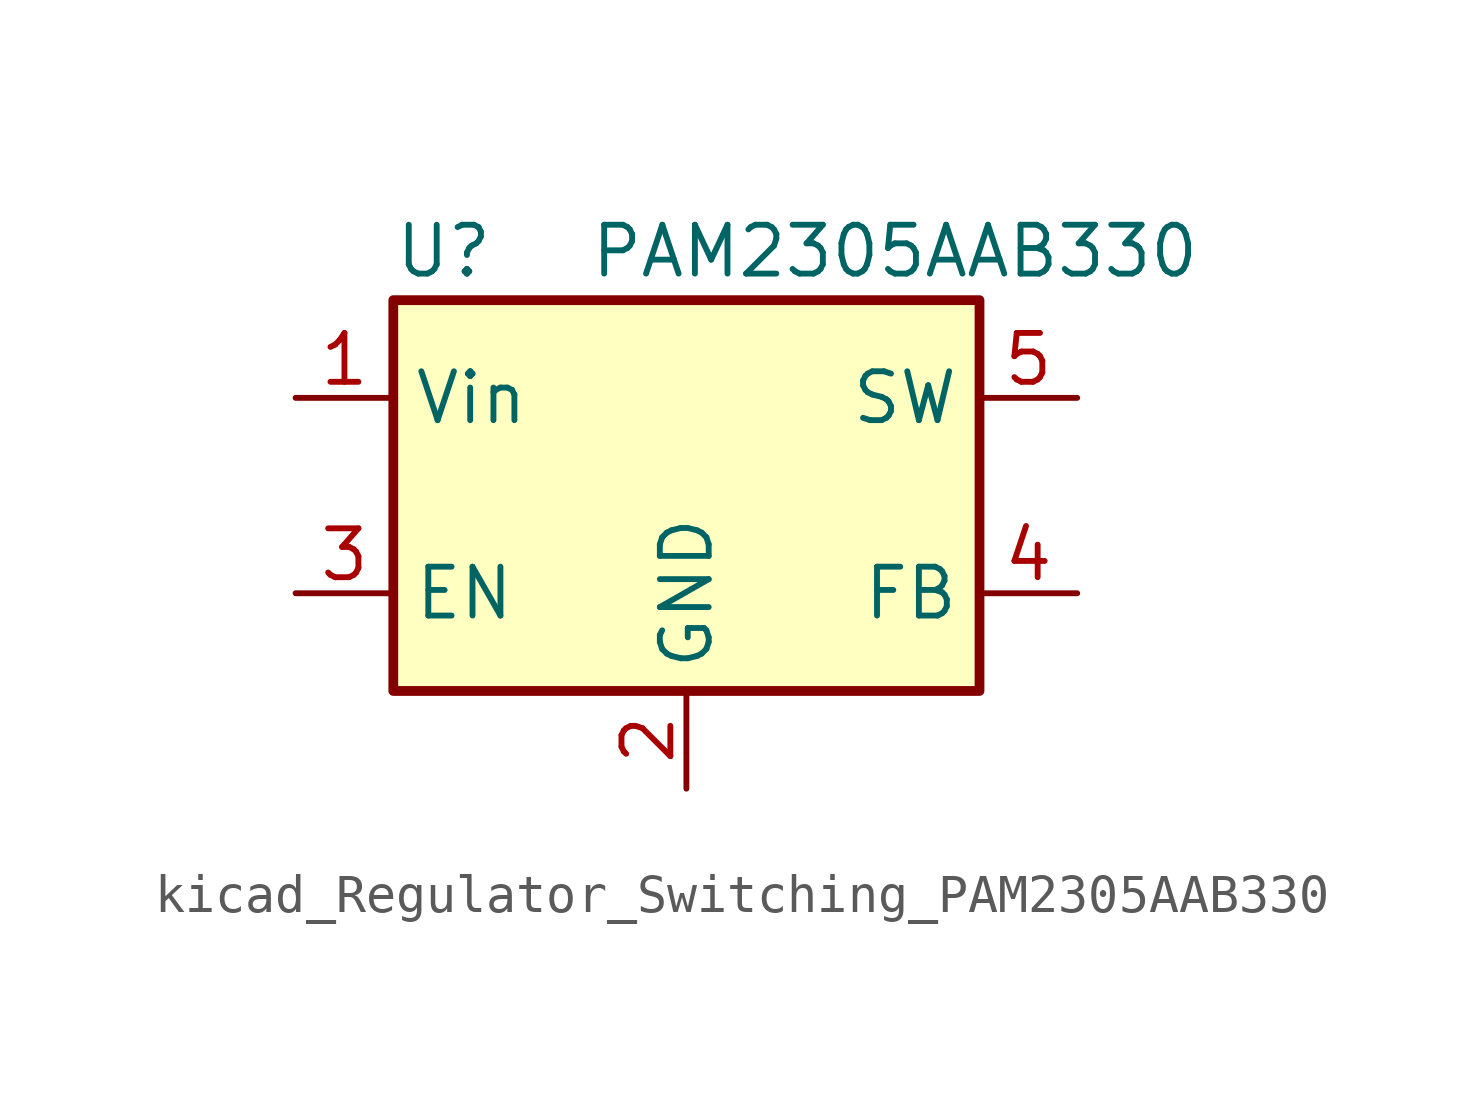
<source format=kicad_sym>
(kicad_symbol_lib
  (version 20220914)
  (generator kicad_symbol_editor)
  (symbol "kicad_Regulator_Switching_PAM2305AAB330"
    (property "Reference" "U"
      (at -7.62 6.35 0)
      (effects (font (size 1.27 1.27)) (justify left)))
    (property "Value" "PAM2305AAB330"
      (at -2.54 6.35 0)
      (effects (font (size 1.27 1.27)) (justify left)))
    (symbol "kicad_Regulator_Switching_PAM2305AAB330_0_1"
      (rectangle (start -7.62 5.08) (end 7.62 -5.08) (stroke (width 0.254) (type default)) (fill (type background))))
    (symbol "kicad_Regulator_Switching_PAM2305AAB330_1_1"
      (pin power_in line (at -10.16 2.54 0) (length 2.54) (name "Vin" (effects (font (size 1.27 1.27)))) (number "1" (effects (font (size 1.27 1.27)))))
      (pin power_in line (at 0 -7.62 90) (length 2.54) (name "GND" (effects (font (size 1.27 1.27)))) (number "2" (effects (font (size 1.27 1.27)))))
      (pin input line (at -10.16 -2.54 0) (length 2.54) (name "EN" (effects (font (size 1.27 1.27)))) (number "3" (effects (font (size 1.27 1.27)))))
      (pin input line (at 10.16 -2.54 180) (length 2.54) (name "FB" (effects (font (size 1.27 1.27)))) (number "4" (effects (font (size 1.27 1.27)))))
      (pin output line (at 10.16 2.54 180) (length 2.54) (name "SW" (effects (font (size 1.27 1.27)))) (number "5" (effects (font (size 1.27 1.27))))))))
</source>
